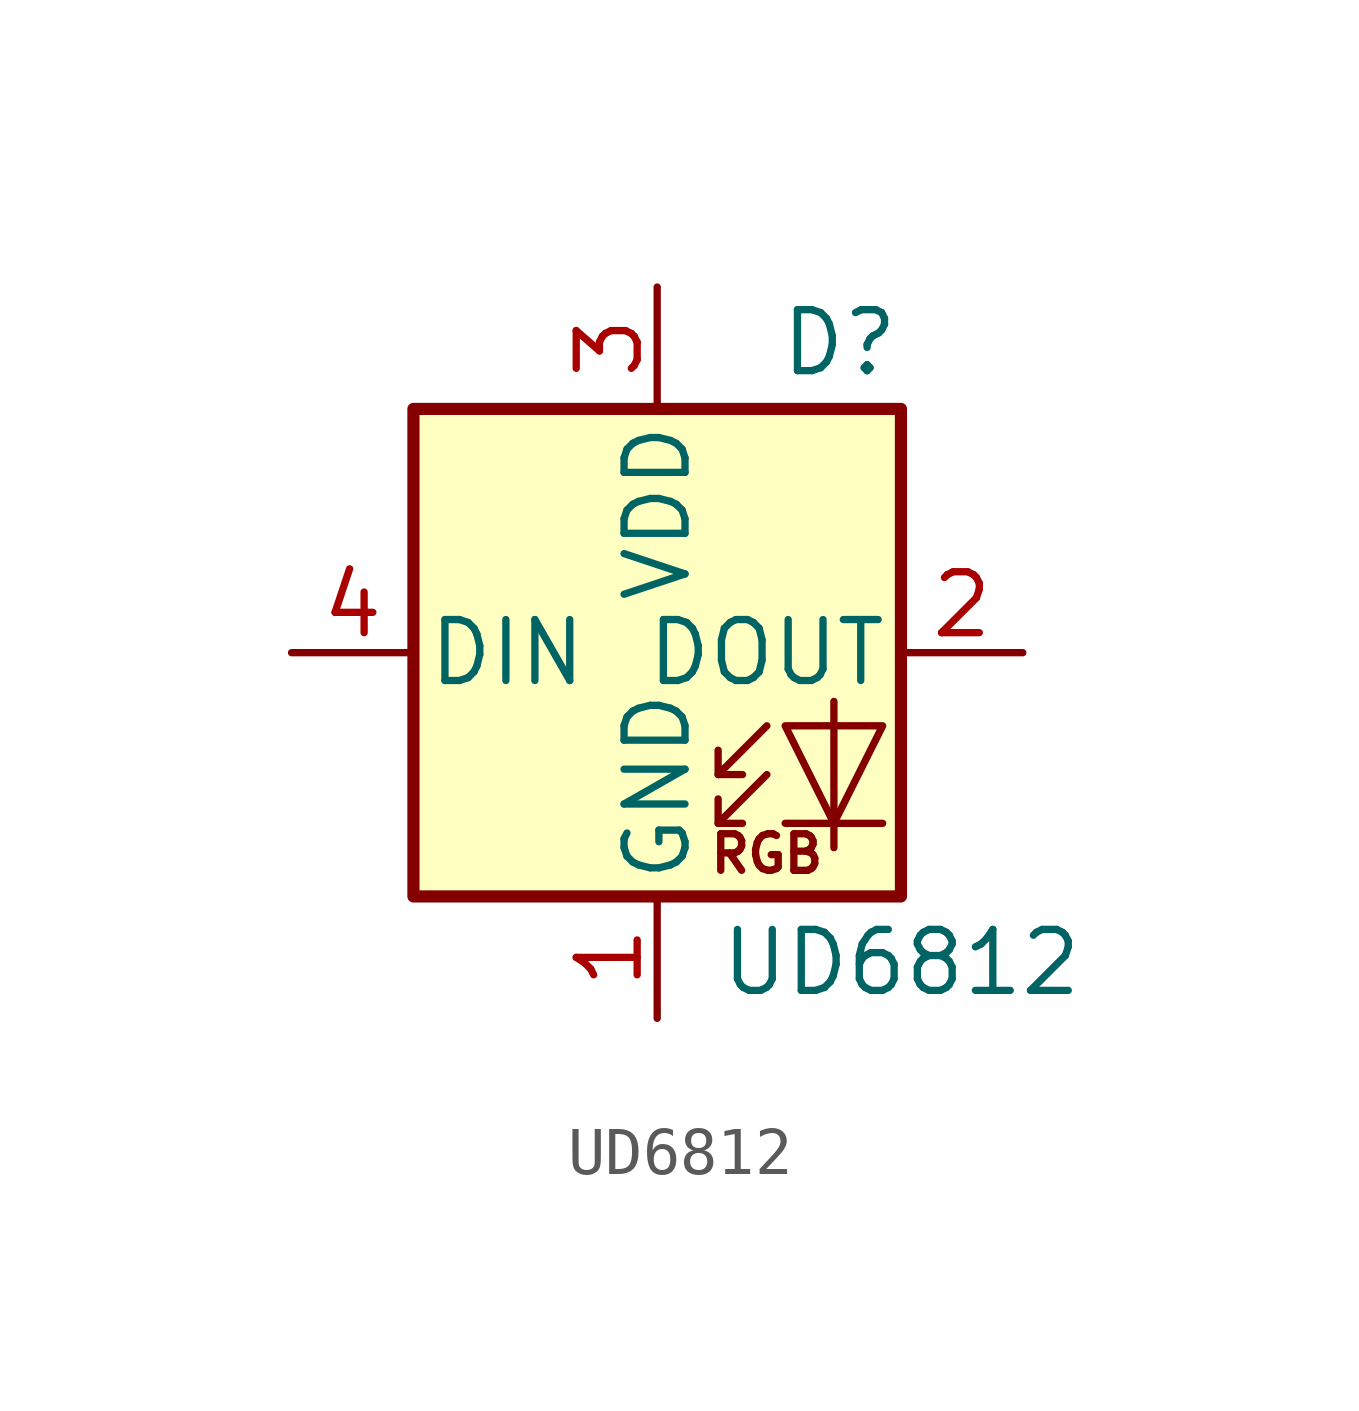
<source format=kicad_sym>
(kicad_symbol_lib
  (version 20230620)
  (generator kicad_symbol_editor)
  (symbol "UD6812"
    (pin_names
      (offset 0.254))
    (property "Reference" "D"
      (at 5.08 5.715 0)
      (effects (font (size 1.27 1.27)) (justify right bottom)))
    (property "Value" "UD6812"
      (at 1.27 -5.715 0)
      (effects (font (size 1.27 1.27)) (justify left top)))
    (symbol "UD6812_0_0"
      (text "RGB" (at 2.286 -4.191 0) (effects (font (size 0.762 0.762)))))
    (symbol "UD6812_0_1"
      (polyline (pts (xy 1.27 -3.556) (xy 1.778 -3.556)) (stroke (width 0) (type default)) (fill (type none)))
      (polyline (pts (xy 1.27 -2.54) (xy 1.778 -2.54)) (stroke (width 0) (type default)) (fill (type none)))
      (polyline (pts (xy 4.699 -3.556) (xy 2.667 -3.556)) (stroke (width 0) (type default)) (fill (type none)))
      (polyline (pts (xy 2.286 -2.54) (xy 1.27 -3.556) (xy 1.27 -3.048)) (stroke (width 0) (type default)) (fill (type none)))
      (polyline (pts (xy 2.286 -1.524) (xy 1.27 -2.54) (xy 1.27 -2.032)) (stroke (width 0) (type default)) (fill (type none)))
      (polyline (pts (xy 3.683 -1.016) (xy 3.683 -3.556) (xy 3.683 -4.064)) (stroke (width 0) (type default)) (fill (type none)))
      (polyline (pts (xy 4.699 -1.524) (xy 2.667 -1.524) (xy 3.683 -3.556) (xy 4.699 -1.524)) (stroke (width 0) (type default)) (fill (type none)))
      (rectangle (start 5.08 5.08) (end -5.08 -5.08) (stroke (width 0.254) (type default)) (fill (type background))))
    (symbol "UD6812_1_1"
      (pin power_in line (at 0 -7.62 90) (length 2.54) (name "GND" (effects (font (size 1.27 1.27)))) (number "1" (effects (font (size 1.27 1.27)))))
      (pin output line (at 7.62 0 180) (length 2.54) (name "DOUT" (effects (font (size 1.27 1.27)))) (number "2" (effects (font (size 1.27 1.27)))))
      (pin power_in line (at 0 7.62 270) (length 2.54) (name "VDD" (effects (font (size 1.27 1.27)))) (number "3" (effects (font (size 1.27 1.27)))))
      (pin input line (at -7.62 0 0) (length 2.54) (name "DIN" (effects (font (size 1.27 1.27)))) (number "4" (effects (font (size 1.27 1.27))))))))
</source>
